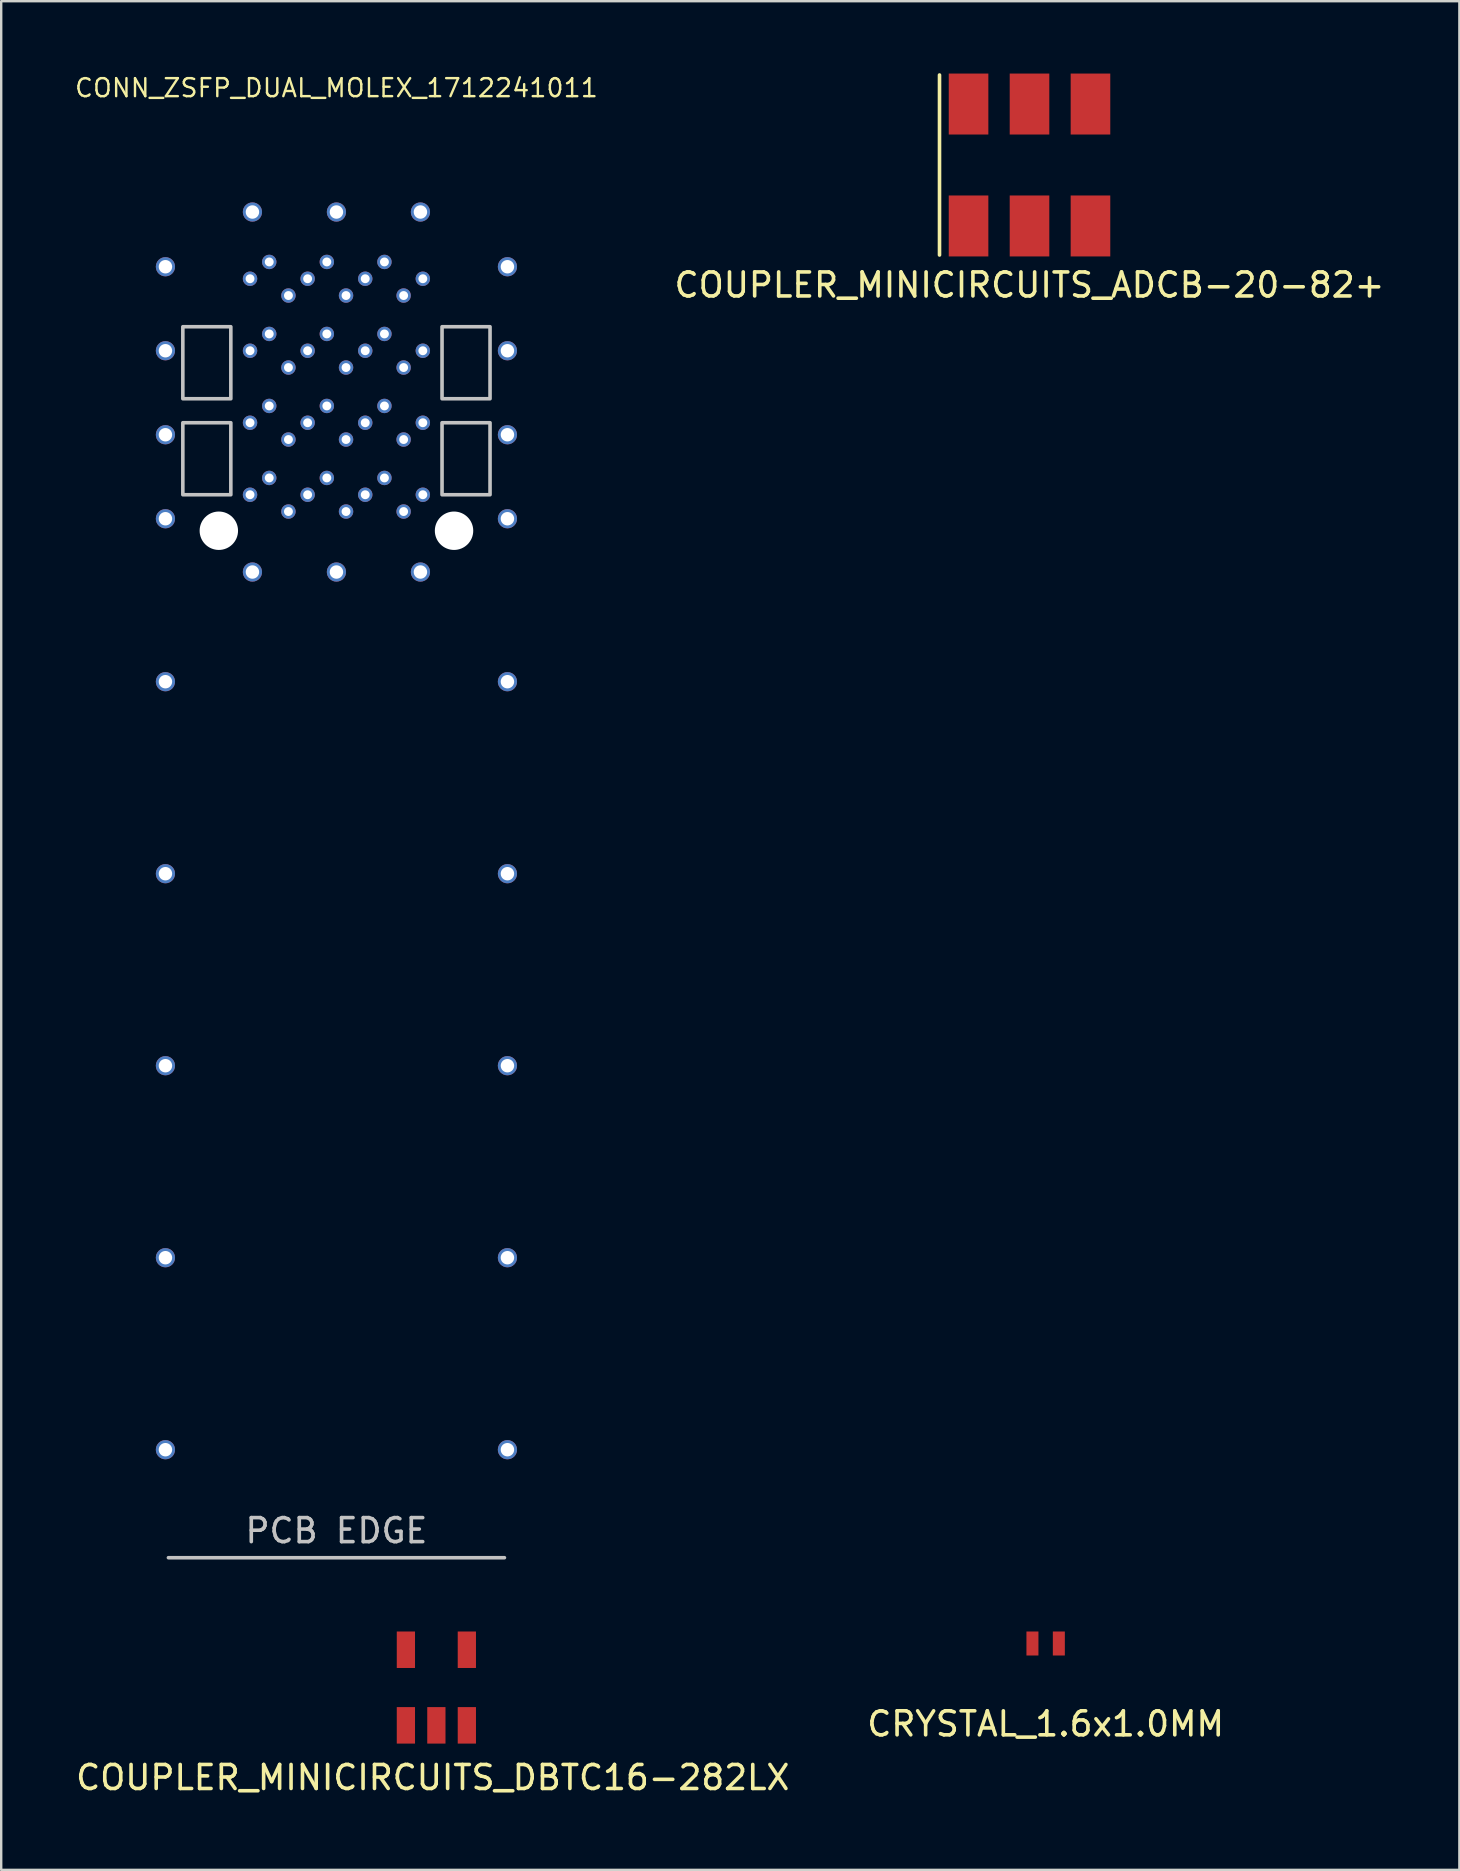
<source format=kicad_pcb>
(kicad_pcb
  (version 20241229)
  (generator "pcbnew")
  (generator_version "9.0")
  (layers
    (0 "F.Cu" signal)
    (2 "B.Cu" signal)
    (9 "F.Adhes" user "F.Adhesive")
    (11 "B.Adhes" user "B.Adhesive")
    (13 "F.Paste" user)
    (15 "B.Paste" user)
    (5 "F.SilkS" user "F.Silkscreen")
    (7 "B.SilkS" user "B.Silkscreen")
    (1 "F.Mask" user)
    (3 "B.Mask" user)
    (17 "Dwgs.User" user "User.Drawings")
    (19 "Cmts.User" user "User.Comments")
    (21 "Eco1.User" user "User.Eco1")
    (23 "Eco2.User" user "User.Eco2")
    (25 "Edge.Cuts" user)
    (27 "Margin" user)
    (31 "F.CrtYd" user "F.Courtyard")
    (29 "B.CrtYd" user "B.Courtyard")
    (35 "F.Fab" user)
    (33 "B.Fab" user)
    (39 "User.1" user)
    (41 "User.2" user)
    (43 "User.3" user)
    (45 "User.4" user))
  (footprint "CONN_ZSFP_DUAL_MOLEX_1712241011"
    (layer "F.Cu")
    (at 10.968 19.064)
    (property "Reference" "CONN_ZSFP_DUAL_MOLEX_1712241011" (at 0 -18.45 0) (unlocked yes) (layer "F.SilkS") (effects (font (size 0.75 0.75) (thickness 0.1))))
    (attr through_hole)
    (fp_line (start -7 42.79) (end 7 42.79) (stroke (width 0.15) (type default)) (layer "Dwgs.User"))
    (fp_rect (start -4.4 -5.5) (end -6.4 -8.5) (stroke (width 0.15) (type default)) (fill no) (layer "Dwgs.User"))
    (fp_rect (start -4.4 -1.5) (end -6.4 -4.5) (stroke (width 0.15) (type default)) (fill no) (layer "Dwgs.User"))
    (fp_rect (start 4.4 -5.5) (end 6.4 -8.5) (stroke (width 0.15) (type default)) (fill no) (layer "Dwgs.User"))
    (fp_rect (start 4.4 -1.5) (end 6.4 -4.5) (stroke (width 0.15) (type default)) (fill no) (layer "Dwgs.User"))
    (fp_text user "PCB EDGE" (at 0 42.25 0) (unlocked yes) (layer "Dwgs.User") (effects (font (size 1 1) (thickness 0.15)) (justify bottom)))
    (pad "" np_thru_hole circle (at -4.9 0) (size 1.6 1.6) (drill 1.6) (layers "*.Cu" "*.Mask"))
    (pad "" np_thru_hole circle (at 4.9 0) (size 1.6 1.6) (drill 1.6) (layers "*.Cu" "*.Mask"))
    (pad "A1" thru_hole circle (at -3.6 -7.5) (size 0.6 0.6) (drill 0.37) (layers "*.Cu" "*.Mask"))
    (pad "A2" thru_hole circle (at -2.8 -8.2) (size 0.6 0.6) (drill 0.37) (layers "*.Cu" "*.Mask"))
    (pad "A3" thru_hole circle (at -2 -6.8) (size 0.6 0.6) (drill 0.37) (layers "*.Cu" "*.Mask"))
    (pad "A4" thru_hole circle (at -1.2 -7.5) (size 0.6 0.6) (drill 0.37) (layers "*.Cu" "*.Mask"))
    (pad "A5" thru_hole circle (at -0.4 -8.2) (size 0.6 0.6) (drill 0.37) (layers "*.Cu" "*.Mask"))
    (pad "A6" thru_hole circle (at 0.4 -6.8) (size 0.6 0.6) (drill 0.37) (layers "*.Cu" "*.Mask"))
    (pad "A7" thru_hole circle (at 1.2 -7.5) (size 0.6 0.6) (drill 0.37) (layers "*.Cu" "*.Mask"))
    (pad "A8" thru_hole circle (at 2 -8.2) (size 0.6 0.6) (drill 0.37) (layers "*.Cu" "*.Mask"))
    (pad "A9" thru_hole circle (at 2.8 -6.8) (size 0.6 0.6) (drill 0.37) (layers "*.Cu" "*.Mask"))
    (pad "A10" thru_hole circle (at 3.6 -7.5) (size 0.6 0.6) (drill 0.37) (layers "*.Cu" "*.Mask"))
    (pad "A11" thru_hole circle (at 3.6 -10.5) (size 0.6 0.6) (drill 0.37) (layers "*.Cu" "*.Mask"))
    (pad "A12" thru_hole circle (at 2.8 -9.8) (size 0.6 0.6) (drill 0.37) (layers "*.Cu" "*.Mask"))
    (pad "A13" thru_hole circle (at 2 -11.2) (size 0.6 0.6) (drill 0.37) (layers "*.Cu" "*.Mask"))
    (pad "A14" thru_hole circle (at 1.2 -10.5) (size 0.6 0.6) (drill 0.37) (layers "*.Cu" "*.Mask"))
    (pad "A15" thru_hole circle (at 0.4 -9.8) (size 0.6 0.6) (drill 0.37) (layers "*.Cu" "*.Mask"))
    (pad "A16" thru_hole circle (at -0.4 -11.2) (size 0.6 0.6) (drill 0.37) (layers "*.Cu" "*.Mask"))
    (pad "A17" thru_hole circle (at -1.2 -10.5) (size 0.6 0.6) (drill 0.37) (layers "*.Cu" "*.Mask"))
    (pad "A18" thru_hole circle (at -2 -9.8) (size 0.6 0.6) (drill 0.37) (layers "*.Cu" "*.Mask"))
    (pad "A19" thru_hole circle (at -2.8 -11.2) (size 0.6 0.6) (drill 0.37) (layers "*.Cu" "*.Mask"))
    (pad "A20" thru_hole circle (at -3.6 -10.5) (size 0.6 0.6) (drill 0.37) (layers "*.Cu" "*.Mask"))
    (pad "B1" thru_hole circle (at 3.6 -4.5) (size 0.6 0.6) (drill 0.37) (layers "*.Cu" "*.Mask"))
    (pad "B2" thru_hole circle (at 2.8 -3.8) (size 0.6 0.6) (drill 0.37) (layers "*.Cu" "*.Mask"))
    (pad "B3" thru_hole circle (at 2 -5.2) (size 0.6 0.6) (drill 0.37) (layers "*.Cu" "*.Mask"))
    (pad "B4" thru_hole circle (at 1.2 -4.5) (size 0.6 0.6) (drill 0.37) (layers "*.Cu" "*.Mask"))
    (pad "B5" thru_hole circle (at 0.4 -3.8) (size 0.6 0.6) (drill 0.37) (layers "*.Cu" "*.Mask"))
    (pad "B6" thru_hole circle (at -0.4 -5.2) (size 0.6 0.6) (drill 0.37) (layers "*.Cu" "*.Mask"))
    (pad "B7" thru_hole circle (at -1.2 -4.5) (size 0.6 0.6) (drill 0.37) (layers "*.Cu" "*.Mask"))
    (pad "B8" thru_hole circle (at -2 -3.8) (size 0.6 0.6) (drill 0.37) (layers "*.Cu" "*.Mask"))
    (pad "B9" thru_hole circle (at -2.8 -5.2) (size 0.6 0.6) (drill 0.37) (layers "*.Cu" "*.Mask"))
    (pad "B10" thru_hole circle (at -3.6 -4.5) (size 0.6 0.6) (drill 0.37) (layers "*.Cu" "*.Mask"))
    (pad "B11" thru_hole circle (at -3.6 -1.5) (size 0.6 0.6) (drill 0.37) (layers "*.Cu" "*.Mask"))
    (pad "B12" thru_hole circle (at -2.8 -2.2) (size 0.6 0.6) (drill 0.37) (layers "*.Cu" "*.Mask"))
    (pad "B13" thru_hole circle (at -2 -0.8) (size 0.6 0.6) (drill 0.37) (layers "*.Cu" "*.Mask"))
    (pad "B14" thru_hole circle (at -1.2 -1.5) (size 0.6 0.6) (drill 0.37) (layers "*.Cu" "*.Mask"))
    (pad "B15" thru_hole circle (at -0.4 -2.2) (size 0.6 0.6) (drill 0.37) (layers "*.Cu" "*.Mask"))
    (pad "B16" thru_hole circle (at 0.4 -0.8) (size 0.6 0.6) (drill 0.37) (layers "*.Cu" "*.Mask"))
    (pad "B17" thru_hole circle (at 1.2 -1.5) (size 0.6 0.6) (drill 0.37) (layers "*.Cu" "*.Mask"))
    (pad "B18" thru_hole circle (at 2 -2.2) (size 0.6 0.6) (drill 0.37) (layers "*.Cu" "*.Mask"))
    (pad "B19" thru_hole circle (at 2.8 -0.8) (size 0.6 0.6) (drill 0.37) (layers "*.Cu" "*.Mask"))
    (pad "B20" thru_hole circle (at 3.6 -1.5) (size 0.6 0.6) (drill 0.37) (layers "*.Cu" "*.Mask"))
    (pad "SHLD" thru_hole circle (at -7.125 -11) (size 0.8 0.8) (drill 0.56) (layers "*.Cu" "*.Mask"))
    (pad "SHLD" thru_hole circle (at -7.125 -7.5) (size 0.8 0.8) (drill 0.56) (layers "*.Cu" "*.Mask"))
    (pad "SHLD" thru_hole circle (at -7.125 -4) (size 0.8 0.8) (drill 0.56) (layers "*.Cu" "*.Mask"))
    (pad "SHLD" thru_hole circle (at -7.125 -0.5) (size 0.8 0.8) (drill 0.56) (layers "*.Cu" "*.Mask"))
    (pad "SHLD" thru_hole circle (at -7.125 6.29) (size 0.8 0.8) (drill 0.56) (layers "*.Cu" "*.Mask"))
    (pad "SHLD" thru_hole circle (at -7.125 14.29) (size 0.8 0.8) (drill 0.56) (layers "*.Cu" "*.Mask"))
    (pad "SHLD" thru_hole circle (at -7.125 22.29) (size 0.8 0.8) (drill 0.56) (layers "*.Cu" "*.Mask"))
    (pad "SHLD" thru_hole circle (at -7.125 30.29) (size 0.8 0.8) (drill 0.56) (layers "*.Cu" "*.Mask"))
    (pad "SHLD" thru_hole circle (at -7.125 38.29) (size 0.8 0.8) (drill 0.56) (layers "*.Cu" "*.Mask"))
    (pad "SHLD" thru_hole circle (at -3.5 -13.28) (size 0.8 0.8) (drill 0.56) (layers "*.Cu" "*.Mask"))
    (pad "SHLD" thru_hole circle (at -3.5 1.72) (size 0.8 0.8) (drill 0.56) (layers "*.Cu" "*.Mask"))
    (pad "SHLD" thru_hole circle (at 0 -13.28) (size 0.8 0.8) (drill 0.56) (layers "*.Cu" "*.Mask"))
    (pad "SHLD" thru_hole circle (at 0 1.72) (size 0.8 0.8) (drill 0.56) (layers "*.Cu" "*.Mask"))
    (pad "SHLD" thru_hole circle (at 3.5 -13.28) (size 0.8 0.8) (drill 0.56) (layers "*.Cu" "*.Mask"))
    (pad "SHLD" thru_hole circle (at 3.5 1.72) (size 0.8 0.8) (drill 0.56) (layers "*.Cu" "*.Mask"))
    (pad "SHLD" thru_hole circle (at 7.125 -11) (size 0.8 0.8) (drill 0.56) (layers "*.Cu" "*.Mask"))
    (pad "SHLD" thru_hole circle (at 7.125 -7.5) (size 0.8 0.8) (drill 0.56) (layers "*.Cu" "*.Mask"))
    (pad "SHLD" thru_hole circle (at 7.125 -4) (size 0.8 0.8) (drill 0.56) (layers "*.Cu" "*.Mask"))
    (pad "SHLD" thru_hole circle (at 7.125 -0.5) (size 0.8 0.8) (drill 0.56) (layers "*.Cu" "*.Mask"))
    (pad "SHLD" thru_hole circle (at 7.125 6.29) (size 0.8 0.8) (drill 0.56) (layers "*.Cu" "*.Mask"))
    (pad "SHLD" thru_hole circle (at 7.125 14.29) (size 0.8 0.8) (drill 0.56) (layers "*.Cu" "*.Mask"))
    (pad "SHLD" thru_hole circle (at 7.125 22.29) (size 0.8 0.8) (drill 0.56) (layers "*.Cu" "*.Mask"))
    (pad "SHLD" thru_hole circle (at 7.125 30.29) (size 0.8 0.8) (drill 0.56) (layers "*.Cu" "*.Mask"))
    (pad "SHLD" thru_hole circle (at 7.125 38.29) (size 0.8 0.8) (drill 0.56) (layers "*.Cu" "*.Mask")))
  (footprint "CRYSTAL_1.6x1.0MM"
    (layer "F.Cu")
    (at 40.518 65.429)
    (property "Reference" "CRYSTAL_1.6x1.0MM" (at 0 3.35 0) (layer "F.SilkS") (effects (font (size 1 1) (thickness 0.15))))
    (attr through_hole)
    (pad "1" smd rect (at -0.55 0) (size 0.5 1) (layers "F.Cu" "F.Mask" "F.Paste"))
    (pad "2" smd rect (at 0.55 0) (size 0.5 1) (layers "F.Cu" "F.Mask" "F.Paste")))
  (footprint "COUPLER_MINICIRCUITS_ADCB-20-82+"
    (layer "F.Cu")
    (at 39.846 3.825)
    (property "Reference" "COUPLER_MINICIRCUITS_ADCB-20-82+" (at 0 5 0) (unlocked yes) (layer "F.SilkS") (effects (font (size 1 1) (thickness 0.15))))
    (attr smd)
    (fp_line (start -3.75 -3.75) (end -3.75 3.75) (stroke (width 0.15) (type solid)) (layer "F.SilkS"))
    (pad "1" smd rect (at -2.54 2.54) (size 1.65 2.54) (layers "F.Cu" "F.Mask" "F.Paste"))
    (pad "2" smd rect (at 0 2.54) (size 1.65 2.54) (layers "F.Cu" "F.Mask" "F.Paste"))
    (pad "3" smd rect (at 2.54 2.54) (size 1.65 2.54) (layers "F.Cu" "F.Mask" "F.Paste"))
    (pad "4" smd rect (at 2.54 -2.54) (size 1.65 2.54) (layers "F.Cu" "F.Mask" "F.Paste"))
    (pad "5" smd rect (at 0 -2.54) (size 1.65 2.54) (layers "F.Cu" "F.Mask" "F.Paste"))
    (pad "6" smd rect (at -2.54 -2.54) (size 1.65 2.54) (layers "F.Cu" "F.Mask" "F.Paste")))
  (footprint "COUPLER_MINICIRCUITS_DBTC16-282LX"
    (layer "F.Cu")
    (at 15.132 67.264)
    (property "Reference" "COUPLER_MINICIRCUITS_DBTC16-282LX" (at -0.15 3.75 0) (unlocked yes) (layer "F.SilkS") (effects (font (size 1 1) (thickness 0.15))))
    (attr smd)
    (pad "1" smd rect (at 1.27 1.575) (size 0.76 1.52) (layers "F.Cu" "F.Mask" "F.Paste"))
    (pad "2" smd rect (at 0 1.575) (size 0.76 1.52) (layers "F.Cu" "F.Mask" "F.Paste"))
    (pad "3" smd rect (at -1.27 1.575) (size 0.76 1.52) (layers "F.Cu" "F.Mask" "F.Paste"))
    (pad "4" smd rect (at -1.27 -1.575) (size 0.76 1.52) (layers "F.Cu" "F.Mask" "F.Paste"))
    (pad "6" smd rect (at 1.27 -1.575) (size 0.76 1.52) (layers "F.Cu" "F.Mask" "F.Paste")))
  (gr_rect
    (start -3 -3)
    (end 57.757 74.862)
    (stroke (width 0.1) (type default))
    (fill no)
    (layer "Edge.Cuts")))
</source>
